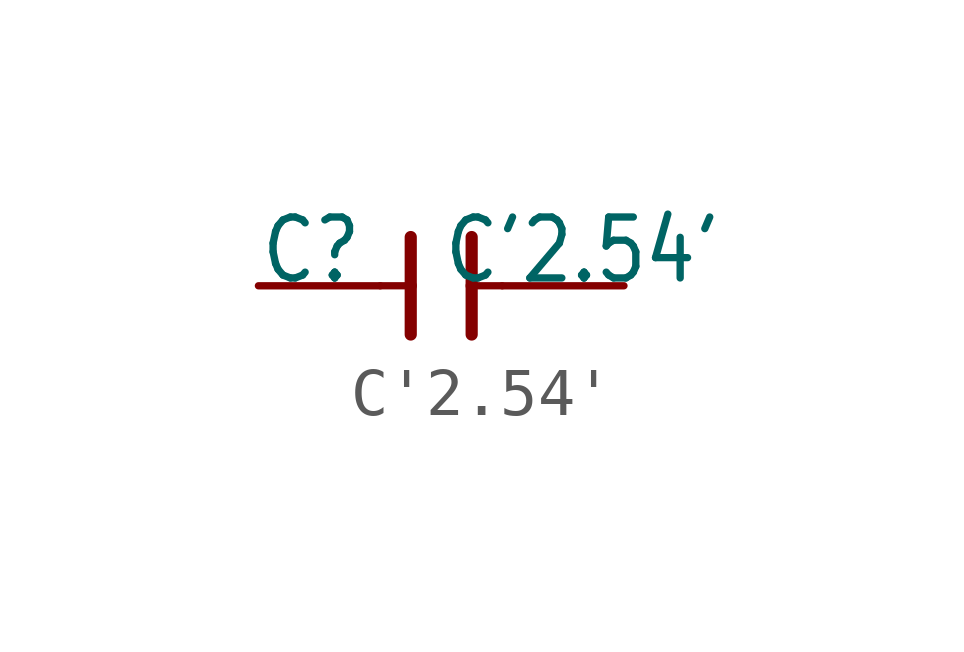
<source format=kicad_sym>
(kicad_symbol_lib
  (version 20211014)
  (generator kicad_symbol_editor)
  (symbol "C'2.54'"
    (property "Reference" "C"
      (at -3.81 0 0)
      (effects (font (size 1.27 1.079)) (justify left bottom)))
    (property "Value" "C'2.54'"
      (at 0 0 0)
      (effects (font (size 1.27 1.079)) (justify left bottom)))
    (property "ki_locked" ""
      (at 0 0 0)
      (effects (font (size 1.27 1.27))))
    (symbol "C'2.54'_1_0"
      (polyline (pts (xy -1.27 0) (xy -0.635 0)) (stroke (width 0.152) (type default) (color 0 0 0 0)) (fill (type none)))
      (polyline (pts (xy -0.635 -1.016) (xy -0.635 0)) (stroke (width 0.254) (type default) (color 0 0 0 0)) (fill (type none)))
      (polyline (pts (xy -0.635 0) (xy -0.635 1.016)) (stroke (width 0.254) (type default) (color 0 0 0 0)) (fill (type none)))
      (polyline (pts (xy 0.635 0) (xy 0.635 -1.016)) (stroke (width 0.254) (type default) (color 0 0 0 0)) (fill (type none)))
      (polyline (pts (xy 0.635 0) (xy 1.27 0)) (stroke (width 0.152) (type default) (color 0 0 0 0)) (fill (type none)))
      (polyline (pts (xy 0.635 1.016) (xy 0.635 0)) (stroke (width 0.254) (type default) (color 0 0 0 0)) (fill (type none)))
      (pin passive line (at -3.81 0 0) (length 2.54) (name "1" (effects (font (size 0 0)))) (number "1" (effects (font (size 0 0)))))
      (pin passive line (at 3.81 0 180) (length 2.54) (name "2" (effects (font (size 0 0)))) (number "2" (effects (font (size 0 0))))))))
</source>
